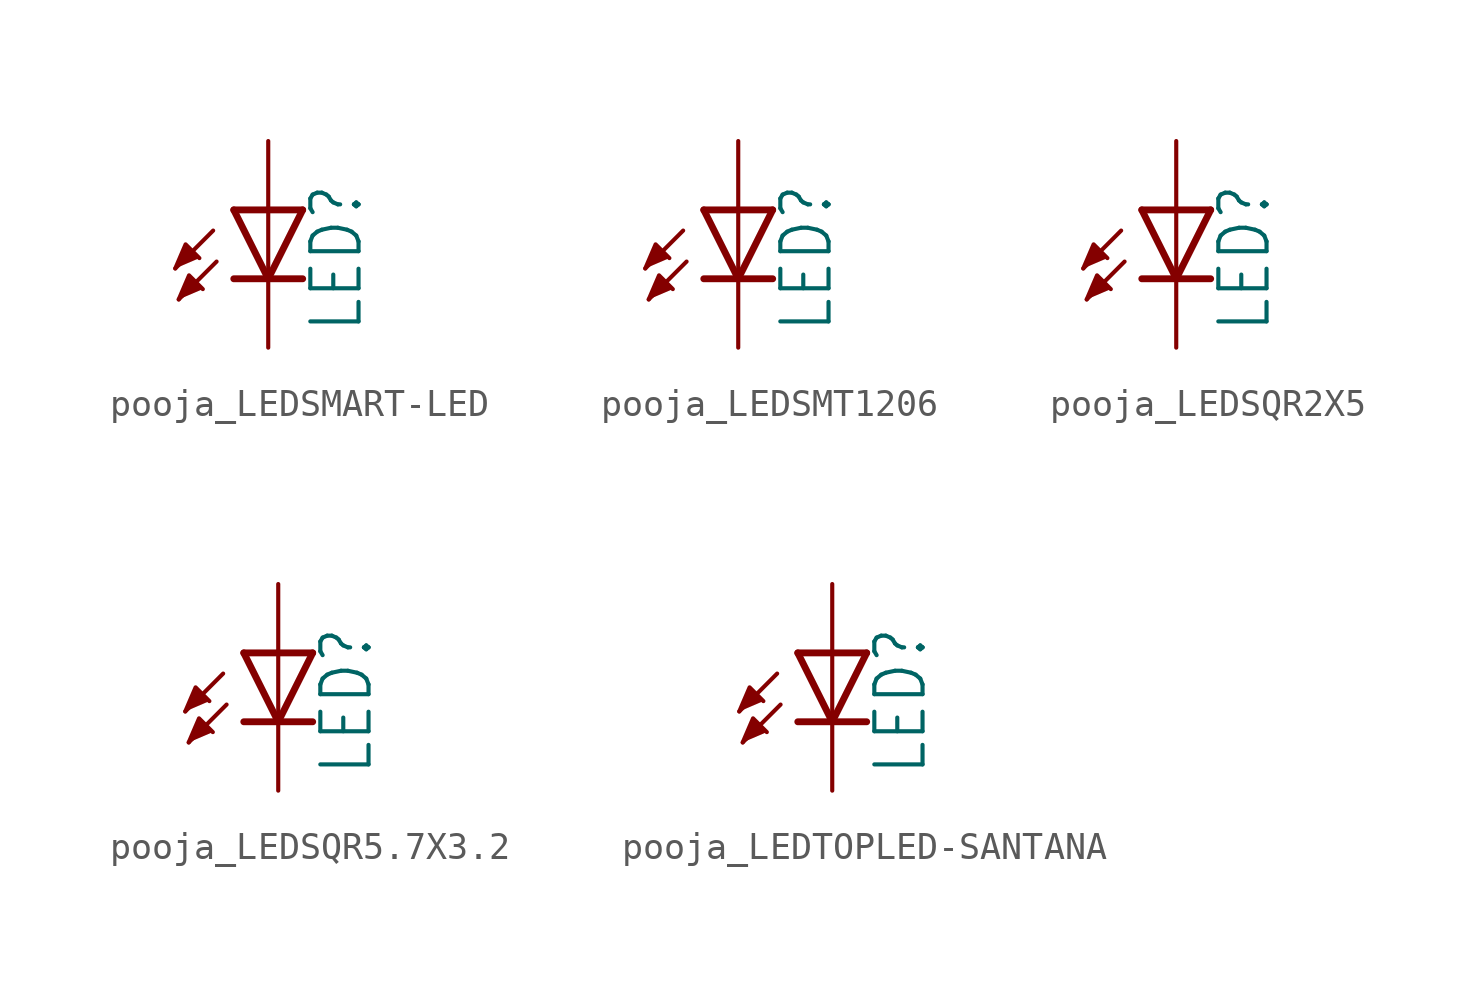
<source format=kicad_sym>
(kicad_symbol_lib
  (version 20220914)
  (generator kicad_symbol_editor)
  (symbol "pooja_LEDSMART-LED"
    (property "Reference" "LED"
      (at 3.556 -4.572 90)
      (effects (font (size 1.778 1.511)) (justify left bottom)))
    (property "Value" ""
      (at 5.715 -4.572 90)
      (effects (font (size 1.778 1.511)) (justify left bottom)))
    (property "ki_locked" ""
      (at 0 0 0)
      (effects (font (size 1.27 1.27))))
    (symbol "pooja_LEDSMART-LED_1_0"
      (polyline (pts (xy -2.032 -0.762) (xy -3.429 -2.159)) (stroke (width 0.152) (type solid)) (fill (type none)))
      (polyline (pts (xy -1.905 -1.905) (xy -3.302 -3.302)) (stroke (width 0.152) (type solid)) (fill (type none)))
      (polyline (pts (xy 0 -2.54) (xy -1.27 -2.54)) (stroke (width 0.254) (type solid)) (fill (type none)))
      (polyline (pts (xy 0 -2.54) (xy -1.27 0)) (stroke (width 0.254) (type solid)) (fill (type none)))
      (polyline (pts (xy 0 0) (xy -1.27 0)) (stroke (width 0.254) (type solid)) (fill (type none)))
      (polyline (pts (xy 0 0) (xy 0 -2.54)) (stroke (width 0.152) (type solid)) (fill (type none)))
      (polyline (pts (xy 1.27 -2.54) (xy 0 -2.54)) (stroke (width 0.254) (type solid)) (fill (type none)))
      (polyline (pts (xy 1.27 0) (xy 0 -2.54)) (stroke (width 0.254) (type solid)) (fill (type none)))
      (polyline (pts (xy 1.27 0) (xy 0 0)) (stroke (width 0.254) (type solid)) (fill (type none)))
      (polyline (pts (xy -3.429 -2.159) (xy -3.048 -1.27) (xy -2.54 -1.778)) (stroke (width 0.152) (type solid)) (fill (type outline)))
      (polyline (pts (xy -3.302 -3.302) (xy -2.921 -2.413) (xy -2.413 -2.921)) (stroke (width 0.152) (type solid)) (fill (type outline)))
      (pin passive line (at 0 2.54 270) (length 2.54) (name "A" (effects (font (size 0 0)))) (number "A" (effects (font (size 0 0)))))
      (pin passive line (at 0 -5.08 90) (length 2.54) (name "C" (effects (font (size 0 0)))) (number "B" (effects (font (size 0 0)))))))
  (symbol "pooja_LEDSMT1206"
    (property "Reference" "LED"
      (at 3.556 -4.572 90)
      (effects (font (size 1.778 1.511)) (justify left bottom)))
    (property "Value" ""
      (at 5.715 -4.572 90)
      (effects (font (size 1.778 1.511)) (justify left bottom)))
    (property "ki_locked" ""
      (at 0 0 0)
      (effects (font (size 1.27 1.27))))
    (symbol "pooja_LEDSMT1206_1_0"
      (polyline (pts (xy -2.032 -0.762) (xy -3.429 -2.159)) (stroke (width 0.152) (type solid)) (fill (type none)))
      (polyline (pts (xy -1.905 -1.905) (xy -3.302 -3.302)) (stroke (width 0.152) (type solid)) (fill (type none)))
      (polyline (pts (xy 0 -2.54) (xy -1.27 -2.54)) (stroke (width 0.254) (type solid)) (fill (type none)))
      (polyline (pts (xy 0 -2.54) (xy -1.27 0)) (stroke (width 0.254) (type solid)) (fill (type none)))
      (polyline (pts (xy 0 0) (xy -1.27 0)) (stroke (width 0.254) (type solid)) (fill (type none)))
      (polyline (pts (xy 0 0) (xy 0 -2.54)) (stroke (width 0.152) (type solid)) (fill (type none)))
      (polyline (pts (xy 1.27 -2.54) (xy 0 -2.54)) (stroke (width 0.254) (type solid)) (fill (type none)))
      (polyline (pts (xy 1.27 0) (xy 0 -2.54)) (stroke (width 0.254) (type solid)) (fill (type none)))
      (polyline (pts (xy 1.27 0) (xy 0 0)) (stroke (width 0.254) (type solid)) (fill (type none)))
      (polyline (pts (xy -3.429 -2.159) (xy -3.048 -1.27) (xy -2.54 -1.778)) (stroke (width 0.152) (type solid)) (fill (type outline)))
      (polyline (pts (xy -3.302 -3.302) (xy -2.921 -2.413) (xy -2.413 -2.921)) (stroke (width 0.152) (type solid)) (fill (type outline)))
      (pin passive line (at 0 2.54 270) (length 2.54) (name "A" (effects (font (size 0 0)))) (number "A" (effects (font (size 0 0)))))
      (pin passive line (at 0 -5.08 90) (length 2.54) (name "C" (effects (font (size 0 0)))) (number "C" (effects (font (size 0 0)))))))
  (symbol "pooja_LEDSQR2X5"
    (property "Reference" "LED"
      (at 3.556 -4.572 90)
      (effects (font (size 1.778 1.511)) (justify left bottom)))
    (property "Value" ""
      (at 5.715 -4.572 90)
      (effects (font (size 1.778 1.511)) (justify left bottom)))
    (property "ki_locked" ""
      (at 0 0 0)
      (effects (font (size 1.27 1.27))))
    (symbol "pooja_LEDSQR2X5_1_0"
      (polyline (pts (xy -2.032 -0.762) (xy -3.429 -2.159)) (stroke (width 0.152) (type solid)) (fill (type none)))
      (polyline (pts (xy -1.905 -1.905) (xy -3.302 -3.302)) (stroke (width 0.152) (type solid)) (fill (type none)))
      (polyline (pts (xy 0 -2.54) (xy -1.27 -2.54)) (stroke (width 0.254) (type solid)) (fill (type none)))
      (polyline (pts (xy 0 -2.54) (xy -1.27 0)) (stroke (width 0.254) (type solid)) (fill (type none)))
      (polyline (pts (xy 0 0) (xy -1.27 0)) (stroke (width 0.254) (type solid)) (fill (type none)))
      (polyline (pts (xy 0 0) (xy 0 -2.54)) (stroke (width 0.152) (type solid)) (fill (type none)))
      (polyline (pts (xy 1.27 -2.54) (xy 0 -2.54)) (stroke (width 0.254) (type solid)) (fill (type none)))
      (polyline (pts (xy 1.27 0) (xy 0 -2.54)) (stroke (width 0.254) (type solid)) (fill (type none)))
      (polyline (pts (xy 1.27 0) (xy 0 0)) (stroke (width 0.254) (type solid)) (fill (type none)))
      (polyline (pts (xy -3.429 -2.159) (xy -3.048 -1.27) (xy -2.54 -1.778)) (stroke (width 0.152) (type solid)) (fill (type outline)))
      (polyline (pts (xy -3.302 -3.302) (xy -2.921 -2.413) (xy -2.413 -2.921)) (stroke (width 0.152) (type solid)) (fill (type outline)))
      (pin passive line (at 0 2.54 270) (length 2.54) (name "A" (effects (font (size 0 0)))) (number "A" (effects (font (size 0 0)))))
      (pin passive line (at 0 -5.08 90) (length 2.54) (name "C" (effects (font (size 0 0)))) (number "K" (effects (font (size 0 0)))))))
  (symbol "pooja_LEDSQR5.7X3.2"
    (property "Reference" "LED"
      (at 3.556 -4.572 90)
      (effects (font (size 1.778 1.511)) (justify left bottom)))
    (property "Value" ""
      (at 5.715 -4.572 90)
      (effects (font (size 1.778 1.511)) (justify left bottom)))
    (property "ki_locked" ""
      (at 0 0 0)
      (effects (font (size 1.27 1.27))))
    (symbol "pooja_LEDSQR5.7X3.2_1_0"
      (polyline (pts (xy -2.032 -0.762) (xy -3.429 -2.159)) (stroke (width 0.152) (type solid)) (fill (type none)))
      (polyline (pts (xy -1.905 -1.905) (xy -3.302 -3.302)) (stroke (width 0.152) (type solid)) (fill (type none)))
      (polyline (pts (xy 0 -2.54) (xy -1.27 -2.54)) (stroke (width 0.254) (type solid)) (fill (type none)))
      (polyline (pts (xy 0 -2.54) (xy -1.27 0)) (stroke (width 0.254) (type solid)) (fill (type none)))
      (polyline (pts (xy 0 0) (xy -1.27 0)) (stroke (width 0.254) (type solid)) (fill (type none)))
      (polyline (pts (xy 0 0) (xy 0 -2.54)) (stroke (width 0.152) (type solid)) (fill (type none)))
      (polyline (pts (xy 1.27 -2.54) (xy 0 -2.54)) (stroke (width 0.254) (type solid)) (fill (type none)))
      (polyline (pts (xy 1.27 0) (xy 0 -2.54)) (stroke (width 0.254) (type solid)) (fill (type none)))
      (polyline (pts (xy 1.27 0) (xy 0 0)) (stroke (width 0.254) (type solid)) (fill (type none)))
      (polyline (pts (xy -3.429 -2.159) (xy -3.048 -1.27) (xy -2.54 -1.778)) (stroke (width 0.152) (type solid)) (fill (type outline)))
      (polyline (pts (xy -3.302 -3.302) (xy -2.921 -2.413) (xy -2.413 -2.921)) (stroke (width 0.152) (type solid)) (fill (type outline)))
      (pin passive line (at 0 2.54 270) (length 2.54) (name "A" (effects (font (size 0 0)))) (number "A" (effects (font (size 0 0)))))
      (pin passive line (at 0 -5.08 90) (length 2.54) (name "C" (effects (font (size 0 0)))) (number "K" (effects (font (size 0 0)))))))
  (symbol "pooja_LEDTOPLED-SANTANA"
    (property "Reference" "LED"
      (at 3.556 -4.572 90)
      (effects (font (size 1.778 1.511)) (justify left bottom)))
    (property "Value" ""
      (at 5.715 -4.572 90)
      (effects (font (size 1.778 1.511)) (justify left bottom)))
    (property "ki_locked" ""
      (at 0 0 0)
      (effects (font (size 1.27 1.27))))
    (symbol "pooja_LEDTOPLED-SANTANA_1_0"
      (polyline (pts (xy -2.032 -0.762) (xy -3.429 -2.159)) (stroke (width 0.152) (type solid)) (fill (type none)))
      (polyline (pts (xy -1.905 -1.905) (xy -3.302 -3.302)) (stroke (width 0.152) (type solid)) (fill (type none)))
      (polyline (pts (xy 0 -2.54) (xy -1.27 -2.54)) (stroke (width 0.254) (type solid)) (fill (type none)))
      (polyline (pts (xy 0 -2.54) (xy -1.27 0)) (stroke (width 0.254) (type solid)) (fill (type none)))
      (polyline (pts (xy 0 0) (xy -1.27 0)) (stroke (width 0.254) (type solid)) (fill (type none)))
      (polyline (pts (xy 0 0) (xy 0 -2.54)) (stroke (width 0.152) (type solid)) (fill (type none)))
      (polyline (pts (xy 1.27 -2.54) (xy 0 -2.54)) (stroke (width 0.254) (type solid)) (fill (type none)))
      (polyline (pts (xy 1.27 0) (xy 0 -2.54)) (stroke (width 0.254) (type solid)) (fill (type none)))
      (polyline (pts (xy 1.27 0) (xy 0 0)) (stroke (width 0.254) (type solid)) (fill (type none)))
      (polyline (pts (xy -3.429 -2.159) (xy -3.048 -1.27) (xy -2.54 -1.778)) (stroke (width 0.152) (type solid)) (fill (type outline)))
      (polyline (pts (xy -3.302 -3.302) (xy -2.921 -2.413) (xy -2.413 -2.921)) (stroke (width 0.152) (type solid)) (fill (type outline)))
      (pin passive line (at 0 2.54 270) (length 2.54) (name "A" (effects (font (size 0 0)))) (number "A" (effects (font (size 0 0)))))
      (pin passive line (at 0 -5.08 90) (length 2.54) (name "C" (effects (font (size 0 0)))) (number "C" (effects (font (size 0 0))))))))
</source>
